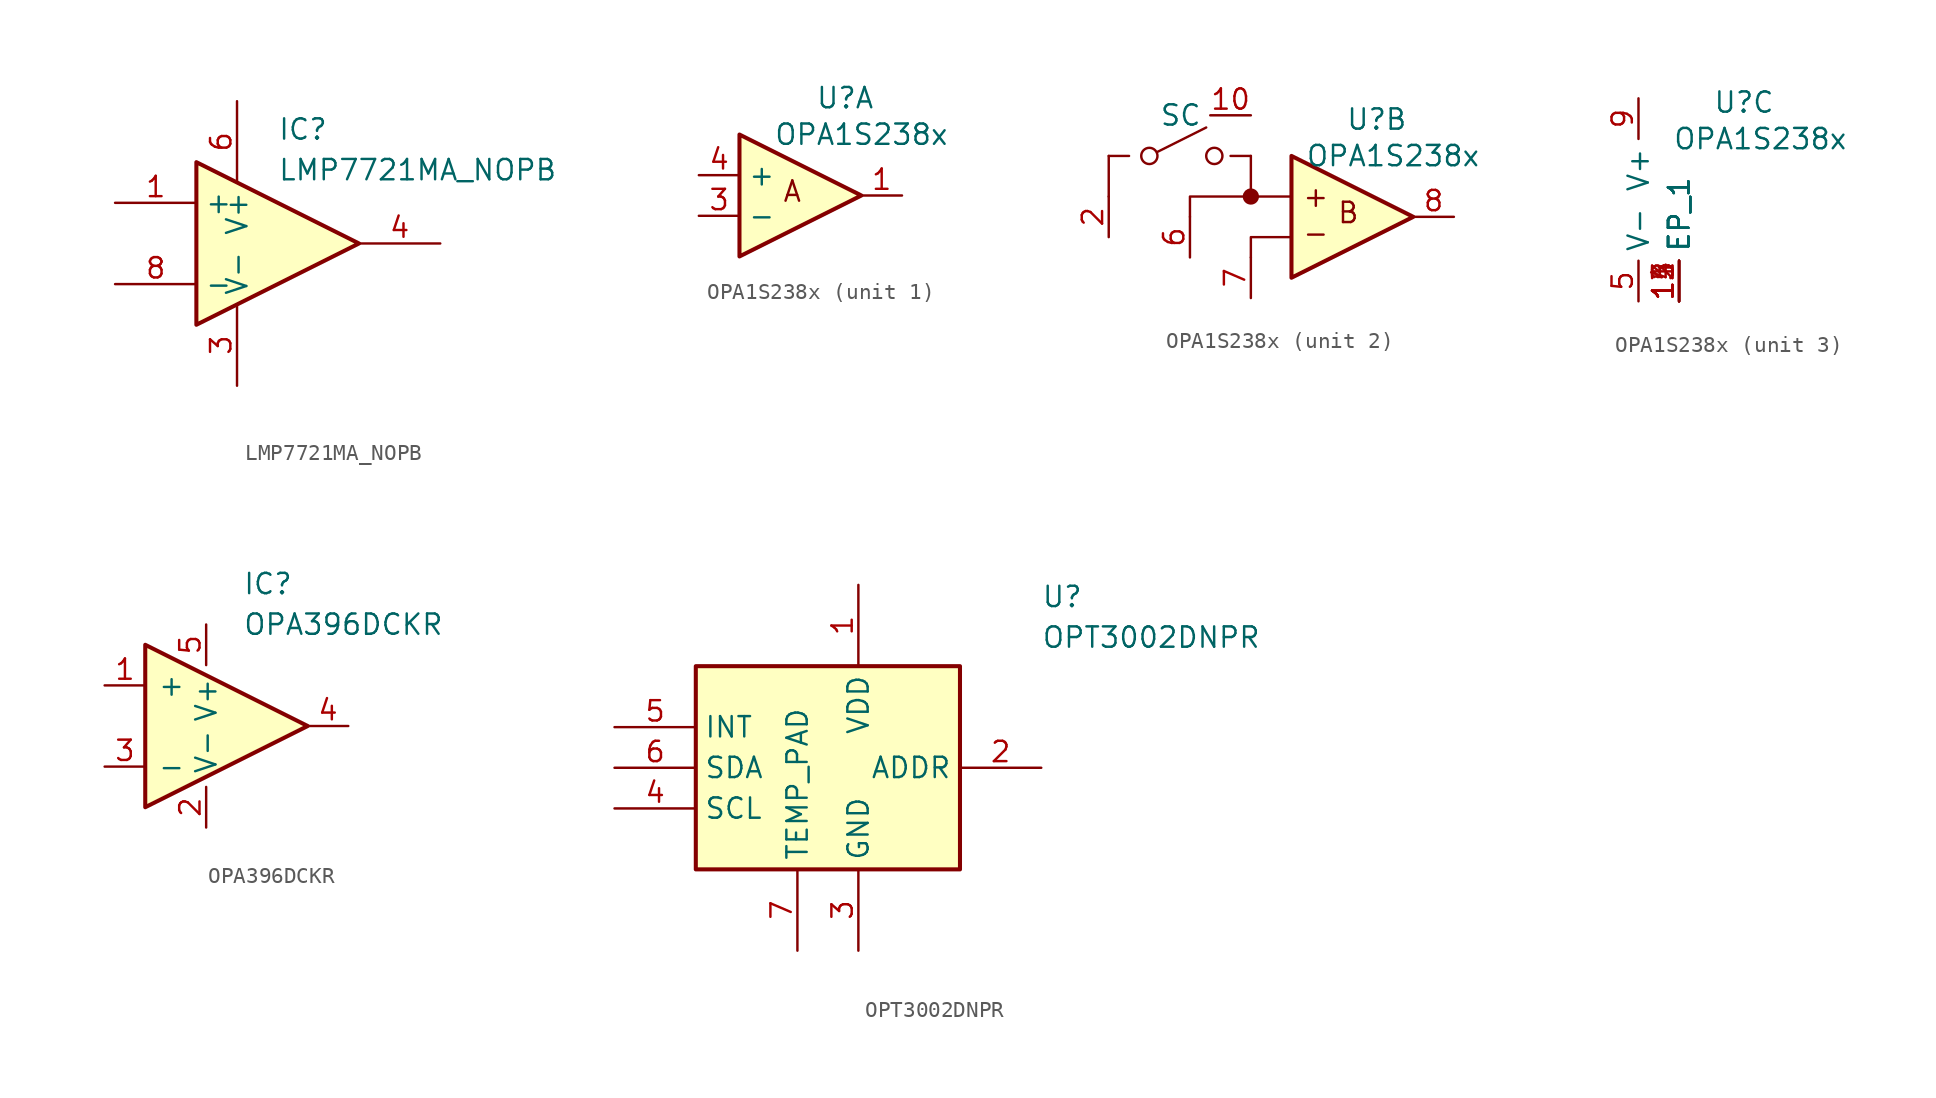
<source format=kicad_sym>
(kicad_symbol_lib
  (version 20231120)
  (generator "kicad_symbol_editor")
  (generator_version "8.0")
  (symbol "LMP7721MA_NOPB"
    (property "Reference" "IC"
      (at 5.08 2.794 0)
      (effects (font (size 1.27 1.27)) (justify left top)))
    (property "Value" "LMP7721MA_NOPB"
      (at 5.08 0.254 0)
      (effects (font (size 1.27 1.27)) (justify left top)))
    (symbol "LMP7721MA_NOPB_0_1"
      (polyline (pts (xy 10.16 -5.08) (xy 0 0) (xy 0 -10.16) (xy 10.16 -5.08)) (stroke (width 0.254) (type default)) (fill (type background))))
    (symbol "LMP7721MA_NOPB_1_1"
      (pin passive line (at -5.08 -2.54 0) (length 5.08) (name "+" (effects (font (size 1.27 1.27)))) (number "1" (effects (font (size 1.27 1.27)))))
      (pin no_connect line (at 19.05 -10.16 180) (length 5.08) hide (name "N/C_1" (effects (font (size 1.27 1.27)))) (number "2" (effects (font (size 1.27 1.27)))))
      (pin passive line (at 2.54 -13.97 90) (length 5.08) (name "V-" (effects (font (size 1.27 1.27)))) (number "3" (effects (font (size 1.27 1.27)))))
      (pin passive line (at 15.24 -5.08 180) (length 5.08) (name "" (effects (font (size 1.27 1.27)))) (number "4" (effects (font (size 1.27 1.27)))))
      (pin no_connect line (at 19.05 -15.24 180) (length 5.08) hide (name "N/C_2" (effects (font (size 1.27 1.27)))) (number "5" (effects (font (size 1.27 1.27)))))
      (pin passive line (at 2.54 3.81 270) (length 5.08) (name "V+" (effects (font (size 1.27 1.27)))) (number "6" (effects (font (size 1.27 1.27)))))
      (pin no_connect line (at 19.05 -12.7 180) (length 5.08) hide (name "N/C_3" (effects (font (size 1.27 1.27)))) (number "7" (effects (font (size 1.27 1.27)))))
      (pin passive line (at -5.08 -7.62 0) (length 5.08) (name "-" (effects (font (size 1.27 1.27)))) (number "8" (effects (font (size 1.27 1.27)))))))
  (symbol "OPA1S238x"
    (property "Reference" "U"
      (at 6.604 6.096 0)
      (effects (font (size 1.27 1.27))))
    (property "Value" "OPA1S238x"
      (at 7.62 3.81 0)
      (effects (font (size 1.27 1.27))))
    (property "ki_locked" ""
      (at 0 0 0)
      (effects (font (size 1.27 1.27))))
    (symbol "OPA1S238x_1_1"
      (polyline (pts (xy 7.62 0) (xy 0 3.81) (xy 0 -3.81) (xy 7.62 0)) (stroke (width 0.254) (type default)) (fill (type background)))
      (text "A" (at 3.302 0.254 0) (effects (font (size 1.27 1.27))))
      (pin passive line (at 10.16 0 180) (length 2.54) (name "" (effects (font (size 1.27 1.27)))) (number "1" (effects (font (size 1.27 1.27)))))
      (pin passive line (at -2.54 -1.27 0) (length 2.54) (name "-" (effects (font (size 1.27 1.27)))) (number "3" (effects (font (size 1.27 1.27)))))
      (pin passive line (at -2.54 1.27 0) (length 2.54) (name "+" (effects (font (size 1.27 1.27)))) (number "4" (effects (font (size 1.27 1.27))))))
    (symbol "OPA1S238x_2_1"
      (circle (center -7.62 3.81) (radius 0.508) (stroke (width 0) (type default)) (fill (type none)))
      (circle (center -3.556 3.81) (radius 0.508) (stroke (width 0) (type default)) (fill (type none)))
      (circle (center -1.27 1.27) (radius 0.0001) (stroke (width 0.508) (type default)) (fill (type none)))
      (polyline (pts (xy -10.16 3.81) (xy -10.16 1.27)) (stroke (width 0) (type default)) (fill (type none)))
      (polyline (pts (xy -8.89 3.81) (xy -10.16 3.81)) (stroke (width 0) (type default)) (fill (type none)))
      (polyline (pts (xy -7.112 4.064) (xy -4.064 5.588)) (stroke (width 0) (type default)) (fill (type none)))
      (polyline (pts (xy -5.08 0) (xy -5.08 1.27) (xy -1.27 1.27)) (stroke (width 0) (type default)) (fill (type none)))
      (polyline (pts (xy -2.54 3.81) (xy -2.54 3.81) (xy -1.27 3.81)) (stroke (width 0) (type default)) (fill (type none)))
      (polyline (pts (xy -1.27 3.81) (xy -1.27 1.27) (xy 1.27 1.27)) (stroke (width 0) (type default)) (fill (type none)))
      (polyline (pts (xy 1.27 -1.27) (xy -1.27 -1.27) (xy -1.27 -2.54)) (stroke (width 0) (type default)) (fill (type none)))
      (polyline (pts (xy 8.89 0) (xy 1.27 3.81) (xy 1.27 -3.81) (xy 8.89 0)) (stroke (width 0.254) (type default)) (fill (type background)))
      (text "+" (at 2.794 1.27 0) (effects (font (size 1.27 1.27))))
      (text "-" (at 2.794 -1.016 0) (effects (font (size 1.27 1.27))))
      (text "B" (at 4.826 0.254 0) (effects (font (size 1.27 1.27))))
      (pin passive line (at -1.27 6.35 180) (length 2.54) (name "SC" (effects (font (size 1.27 1.27)))) (number "10" (effects (font (size 1.27 1.27)))))
      (pin passive line (at -10.16 -1.27 90) (length 2.54) (name "" (effects (font (size 1.27 1.27)))) (number "2" (effects (font (size 1.27 1.27)))))
      (pin passive line (at -5.08 -2.54 90) (length 2.54) (name "" (effects (font (size 1.27 1.27)))) (number "6" (effects (font (size 1.27 1.27)))))
      (pin passive line (at -1.27 -5.08 90) (length 2.54) (name "" (effects (font (size 1.27 1.27)))) (number "7" (effects (font (size 1.27 1.27)))))
      (pin passive line (at 11.43 0 180) (length 2.54) (name "" (effects (font (size 1.27 1.27)))) (number "8" (effects (font (size 1.27 1.27))))))
    (symbol "OPA1S238x_3_1"
      (pin passive line (at 2.54 -6.35 90) (length 2.54) (name "EP_1" (effects (font (size 1.27 1.27)))) (number "11" (effects (font (size 1.27 1.27)))))
      (pin passive line (at 2.54 -6.35 90) (length 2.54) (name "EP_1" (effects (font (size 1.27 1.27)))) (number "12" (effects (font (size 1.27 1.27)))))
      (pin passive line (at 2.54 -6.35 90) (length 2.54) (name "EP_1" (effects (font (size 1.27 1.27)))) (number "13" (effects (font (size 1.27 1.27)))))
      (pin passive line (at 2.54 -6.35 90) (length 2.54) (name "EP_1" (effects (font (size 1.27 1.27)))) (number "14" (effects (font (size 1.27 1.27)))))
      (pin passive line (at 2.54 -6.35 90) (length 2.54) (name "EP_1" (effects (font (size 1.27 1.27)))) (number "15" (effects (font (size 1.27 1.27)))))
      (pin passive line (at 0 -6.35 90) (length 2.54) (name "V-" (effects (font (size 1.27 1.27)))) (number "5" (effects (font (size 1.27 1.27)))))
      (pin passive line (at 0 6.35 270) (length 2.54) (name "V+" (effects (font (size 1.27 1.27)))) (number "9" (effects (font (size 1.27 1.27)))))))
  (symbol "OPA396DCKR"
    (pin_names
      (offset 0.762))
    (property "Reference" "IC"
      (at 6.096 3.81 0)
      (effects (font (size 1.27 1.27)) (justify left)))
    (property "Value" "OPA396DCKR"
      (at 6.096 1.27 0)
      (effects (font (size 1.27 1.27)) (justify left)))
    (symbol "OPA396DCKR_0_1"
      (polyline (pts (xy 10.16 -5.08) (xy 0 0) (xy 0 -10.16) (xy 10.16 -5.08)) (stroke (width 0.254) (type default)) (fill (type background))))
    (symbol "OPA396DCKR_1_0"
      (pin passive line (at -2.54 -2.54 0) (length 2.54) (name "+" (effects (font (size 1.27 1.27)))) (number "1" (effects (font (size 1.27 1.27)))))
      (pin passive line (at 3.81 -11.43 90) (length 2.54) (name "V-" (effects (font (size 1.27 1.27)))) (number "2" (effects (font (size 1.27 1.27)))))
      (pin passive line (at -2.54 -7.62 0) (length 2.54) (name "-" (effects (font (size 1.27 1.27)))) (number "3" (effects (font (size 1.27 1.27)))))
      (pin passive line (at 12.7 -5.08 180) (length 2.54) (name "" (effects (font (size 1.27 1.27)))) (number "4" (effects (font (size 1.27 1.27)))))
      (pin passive line (at 3.81 1.27 270) (length 2.54) (name "V+" (effects (font (size 1.27 1.27)))) (number "5" (effects (font (size 1.27 1.27)))))))
  (symbol "OPT3002DNPR"
    (property "Reference" "U"
      (at 34.29 7.62 0)
      (effects (font (size 1.27 1.27)) (justify left top)))
    (property "Value" "OPT3002DNPR"
      (at 34.29 5.08 0)
      (effects (font (size 1.27 1.27)) (justify left top)))
    (symbol "OPT3002DNPR_1_1"
      (rectangle (start 12.7 2.54) (end 29.21 -10.16) (stroke (width 0.254) (type default)) (fill (type background)))
      (pin power_in line (at 22.86 7.62 270) (length 5.08) (name "VDD" (effects (font (size 1.27 1.27)))) (number "1" (effects (font (size 1.27 1.27)))))
      (pin input line (at 34.29 -3.81 180) (length 5.08) (name "ADDR" (effects (font (size 1.27 1.27)))) (number "2" (effects (font (size 1.27 1.27)))))
      (pin power_in line (at 22.86 -15.24 90) (length 5.08) (name "GND" (effects (font (size 1.27 1.27)))) (number "3" (effects (font (size 1.27 1.27)))))
      (pin input line (at 7.62 -6.35 0) (length 5.08) (name "SCL" (effects (font (size 1.27 1.27)))) (number "4" (effects (font (size 1.27 1.27)))))
      (pin output line (at 7.62 -1.27 0) (length 5.08) (name "INT" (effects (font (size 1.27 1.27)))) (number "5" (effects (font (size 1.27 1.27)))))
      (pin bidirectional line (at 7.62 -3.81 0) (length 5.08) (name "SDA" (effects (font (size 1.27 1.27)))) (number "6" (effects (font (size 1.27 1.27)))))
      (pin passive line (at 19.05 -15.24 90) (length 5.08) (name "TEMP_PAD" (effects (font (size 1.27 1.27)))) (number "7" (effects (font (size 1.27 1.27))))))))
</source>
